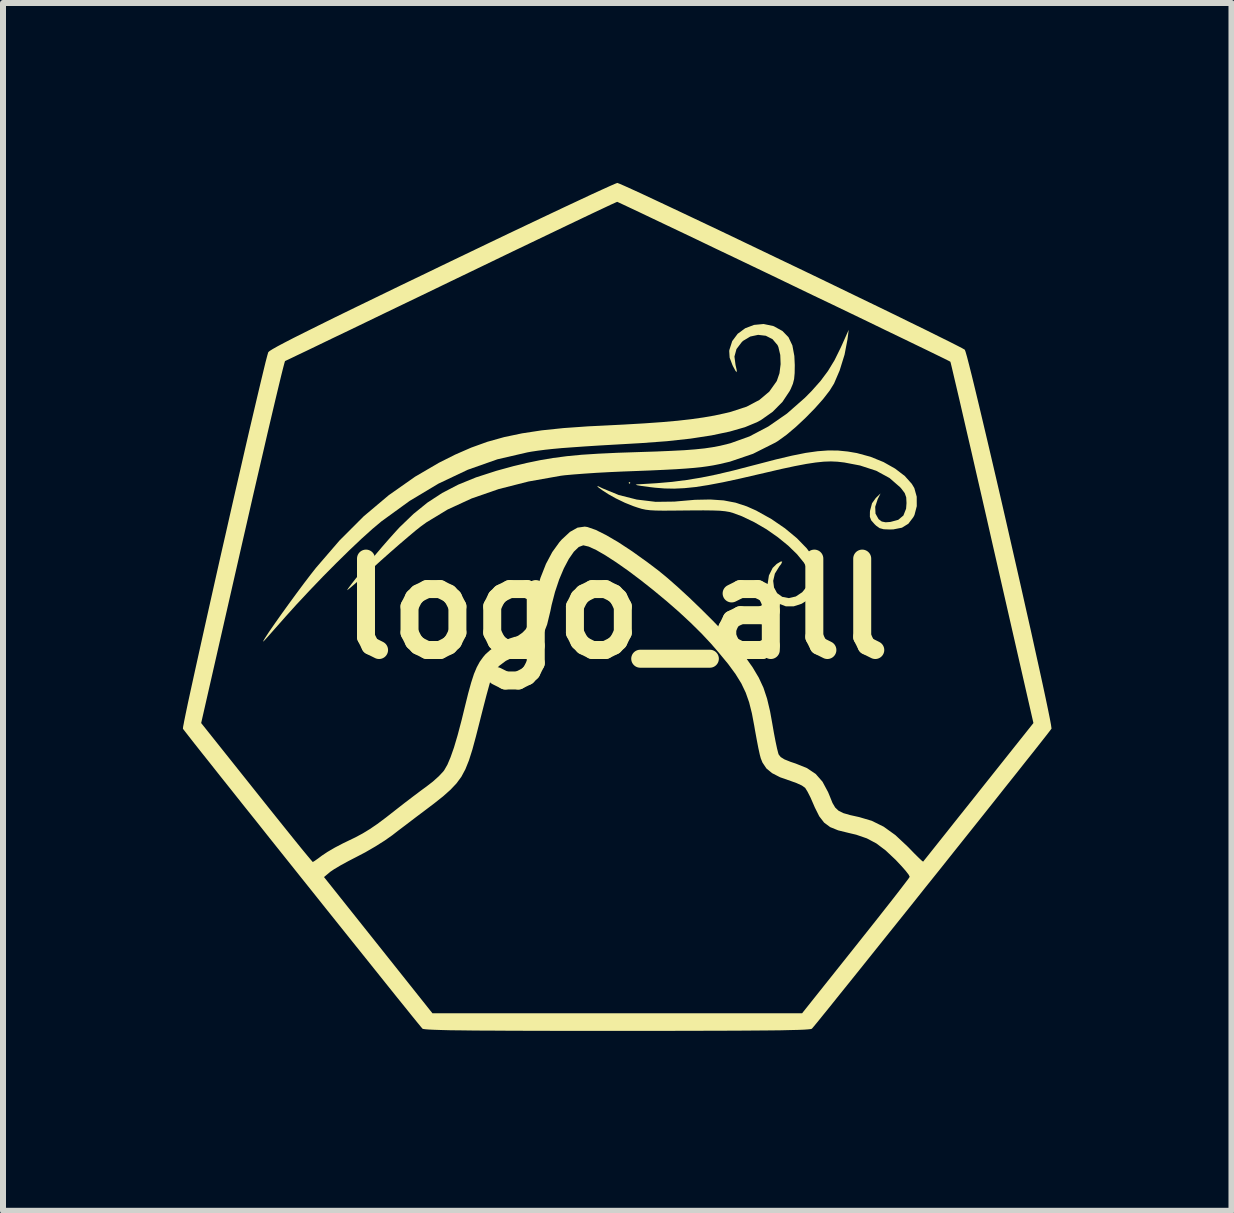
<source format=kicad_pcb>
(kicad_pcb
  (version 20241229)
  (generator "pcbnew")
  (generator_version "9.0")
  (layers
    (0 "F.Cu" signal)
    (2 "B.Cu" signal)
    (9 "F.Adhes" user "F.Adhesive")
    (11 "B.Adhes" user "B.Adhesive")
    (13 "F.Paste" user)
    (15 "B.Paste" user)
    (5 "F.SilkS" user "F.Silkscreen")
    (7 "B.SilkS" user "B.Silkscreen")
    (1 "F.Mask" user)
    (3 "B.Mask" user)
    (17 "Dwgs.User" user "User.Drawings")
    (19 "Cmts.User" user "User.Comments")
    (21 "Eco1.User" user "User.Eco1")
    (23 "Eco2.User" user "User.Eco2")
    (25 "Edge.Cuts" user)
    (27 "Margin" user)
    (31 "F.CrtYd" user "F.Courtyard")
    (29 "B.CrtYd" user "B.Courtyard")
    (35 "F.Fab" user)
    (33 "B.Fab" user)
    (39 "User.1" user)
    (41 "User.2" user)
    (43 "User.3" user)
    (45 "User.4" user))
  (footprint "logo_all"
    (layer "F.Cu")
    (at 7.225 7.098)
    (property "Reference" "logo_all" (at 0 0 0) (layer "F.SilkS") (effects (font (size 1.524 1.524) (thickness 0.3))))
    (attr board_only exclude_from_pos_files exclude_from_bom)
    (fp_poly (pts (xy 0.235 -2.097) (xy 0.22 -2.082) (xy 0.205 -2.097) (xy 0.22 -2.112)) (stroke (width 0) (type solid)) (fill yes) (layer "F.SilkS"))
    (fp_poly (pts (xy -0.297 -2.039) (xy -0.229 -2.006) (xy 0.041 -1.895) (xy 0.342 -1.819) (xy 0.657 -1.781) (xy 0.969 -1.785) (xy 1.012 -1.789) (xy 1.312 -1.815) (xy 1.568 -1.82) (xy 1.79 -1.805) (xy 1.989 -1.767) (xy 2.177 -1.705) (xy 2.332 -1.636) (xy 2.585 -1.495) (xy 2.813 -1.339) (xy 3.012 -1.174) (xy 3.175 -1.006) (xy 3.298 -0.839) (xy 3.375 -0.679) (xy 3.402 -0.534) (xy 3.378 -0.392) (xy 3.311 -0.265) (xy 3.212 -0.159) (xy 3.091 -0.082) (xy 2.959 -0.039) (xy 2.827 -0.039) (xy 2.709 -0.084) (xy 2.597 -0.177) (xy 2.537 -0.287) (xy 2.522 -0.404) (xy 2.545 -0.554) (xy 2.607 -0.679) (xy 2.675 -0.746) (xy 2.742 -0.786) (xy 2.767 -0.785) (xy 2.749 -0.744) (xy 2.717 -0.703) (xy 2.644 -0.584) (xy 2.616 -0.464) (xy 2.63 -0.352) (xy 2.681 -0.259) (xy 2.767 -0.197) (xy 2.876 -0.176) (xy 2.993 -0.203) (xy 3.1 -0.274) (xy 3.182 -0.375) (xy 3.224 -0.491) (xy 3.226 -0.528) (xy 3.2 -0.64) (xy 3.127 -0.769) (xy 3.014 -0.907) (xy 2.867 -1.05) (xy 2.695 -1.19) (xy 2.505 -1.323) (xy 2.302 -1.441) (xy 2.096 -1.54) (xy 1.947 -1.595) (xy 1.887 -1.612) (xy 1.817 -1.624) (xy 1.727 -1.633) (xy 1.61 -1.637) (xy 1.456 -1.639) (xy 1.257 -1.638) (xy 1.155 -1.637) (xy 0.945 -1.635) (xy 0.783 -1.634) (xy 0.66 -1.636) (xy 0.566 -1.641) (xy 0.491 -1.65) (xy 0.425 -1.664) (xy 0.359 -1.684) (xy 0.285 -1.709) (xy 0.143 -1.766) (xy -0.008 -1.839) (xy -0.133 -1.909) (xy -0.236 -1.976) (xy -0.299 -2.022) (xy -0.32 -2.044)) (stroke (width 0) (type solid)) (fill yes) (layer "F.SilkS"))
    (fp_poly (pts (xy 3.699 -2.636) (xy 3.86 -2.62) (xy 4.012 -2.594) (xy 4.24 -2.532) (xy 4.456 -2.444) (xy 4.649 -2.335) (xy 4.81 -2.212) (xy 4.927 -2.081) (xy 4.969 -2.011) (xy 5.009 -1.867) (xy 5.01 -1.709) (xy 4.972 -1.562) (xy 4.954 -1.527) (xy 4.87 -1.416) (xy 4.763 -1.35) (xy 4.621 -1.322) (xy 4.561 -1.32) (xy 4.459 -1.324) (xy 4.391 -1.342) (xy 4.334 -1.382) (xy 4.306 -1.409) (xy 4.25 -1.473) (xy 4.228 -1.531) (xy 4.229 -1.612) (xy 4.231 -1.633) (xy 4.264 -1.757) (xy 4.326 -1.844) (xy 4.406 -1.921) (xy 4.359 -1.827) (xy 4.317 -1.699) (xy 4.322 -1.584) (xy 4.373 -1.493) (xy 4.374 -1.492) (xy 4.426 -1.453) (xy 4.49 -1.44) (xy 4.571 -1.446) (xy 4.701 -1.481) (xy 4.787 -1.553) (xy 4.832 -1.667) (xy 4.839 -1.761) (xy 4.834 -1.856) (xy 4.809 -1.927) (xy 4.753 -2.001) (xy 4.732 -2.025) (xy 4.556 -2.178) (xy 4.334 -2.299) (xy 4.064 -2.387) (xy 3.802 -2.437) (xy 3.69 -2.45) (xy 3.579 -2.455) (xy 3.46 -2.451) (xy 3.325 -2.437) (xy 3.167 -2.413) (xy 2.978 -2.377) (xy 2.749 -2.328) (xy 2.475 -2.264) (xy 2.392 -2.245) (xy 2.06 -2.168) (xy 1.777 -2.107) (xy 1.534 -2.061) (xy 1.323 -2.028) (xy 1.136 -2.009) (xy 0.966 -2.001) (xy 0.805 -2.004) (xy 0.644 -2.017) (xy 0.552 -2.028) (xy 0.424 -2.045) (xy 0.349 -2.058) (xy 0.324 -2.066) (xy 0.344 -2.072) (xy 0.396 -2.075) (xy 0.676 -2.092) (xy 0.93 -2.114) (xy 1.172 -2.145) (xy 1.415 -2.185) (xy 1.671 -2.237) (xy 1.955 -2.304) (xy 2.278 -2.388) (xy 2.348 -2.406) (xy 2.662 -2.488) (xy 2.929 -2.551) (xy 3.158 -2.597) (xy 3.357 -2.625) (xy 3.535 -2.638)) (stroke (width 0) (type solid)) (fill yes) (layer "F.SilkS"))
    (fp_poly (pts (xy 3.855 -4.49) (xy 3.806 -4.235) (xy 3.724 -3.971) (xy 3.631 -3.754) (xy 3.558 -3.636) (xy 3.448 -3.494) (xy 3.31 -3.339) (xy 3.156 -3.182) (xy 2.996 -3.032) (xy 2.84 -2.9) (xy 2.698 -2.797) (xy 2.654 -2.77) (xy 2.28 -2.582) (xy 1.895 -2.451) (xy 1.715 -2.409) (xy 1.615 -2.389) (xy 1.516 -2.373) (xy 1.413 -2.359) (xy 1.296 -2.347) (xy 1.16 -2.336) (xy 0.997 -2.325) (xy 0.801 -2.315) (xy 0.563 -2.304) (xy 0.277 -2.293) (xy 0.117 -2.287) (xy -0.106 -2.277) (xy -0.328 -2.265) (xy -0.536 -2.251) (xy -0.718 -2.237) (xy -0.861 -2.224) (xy -0.924 -2.216) (xy -1.464 -2.12) (xy -1.96 -1.994) (xy -2.41 -1.838) (xy -2.812 -1.653) (xy -3.165 -1.439) (xy -3.26 -1.37) (xy -3.347 -1.301) (xy -3.466 -1.201) (xy -3.609 -1.079) (xy -3.766 -0.942) (xy -3.926 -0.8) (xy -3.982 -0.749) (xy -4.124 -0.621) (xy -4.252 -0.507) (xy -4.357 -0.415) (xy -4.435 -0.348) (xy -4.48 -0.312) (xy -4.488 -0.308) (xy -4.469 -0.339) (xy -4.419 -0.406) (xy -4.343 -0.503) (xy -4.247 -0.621) (xy -4.138 -0.752) (xy -4.023 -0.89) (xy -3.908 -1.026) (xy -3.798 -1.152) (xy -3.701 -1.261) (xy -3.623 -1.346) (xy -3.611 -1.359) (xy -3.381 -1.58) (xy -3.149 -1.768) (xy -2.904 -1.928) (xy -2.637 -2.067) (xy -2.338 -2.189) (xy -1.997 -2.299) (xy -1.716 -2.376) (xy -1.49 -2.43) (xy -1.273 -2.475) (xy -1.055 -2.512) (xy -0.827 -2.542) (xy -0.578 -2.566) (xy -0.298 -2.584) (xy 0.021 -2.599) (xy 0.352 -2.61) (xy 0.661 -2.62) (xy 0.919 -2.631) (xy 1.135 -2.642) (xy 1.316 -2.656) (xy 1.471 -2.672) (xy 1.607 -2.692) (xy 1.733 -2.716) (xy 1.856 -2.746) (xy 1.906 -2.759) (xy 2.221 -2.872) (xy 2.536 -3.038) (xy 2.846 -3.253) (xy 3.143 -3.514) (xy 3.256 -3.628) (xy 3.406 -3.797) (xy 3.529 -3.962) (xy 3.638 -4.141) (xy 3.743 -4.354) (xy 3.772 -4.418) (xy 3.875 -4.649)) (stroke (width 0) (type solid)) (fill yes) (layer "F.SilkS"))
    (fp_poly (pts (xy 2.615 -4.713) (xy 2.632 -4.706) (xy 2.771 -4.629) (xy 2.871 -4.526) (xy 2.936 -4.389) (xy 2.969 -4.212) (xy 2.976 -4.062) (xy 2.974 -3.927) (xy 2.965 -3.83) (xy 2.945 -3.75) (xy 2.91 -3.666) (xy 2.89 -3.627) (xy 2.771 -3.448) (xy 2.607 -3.282) (xy 2.411 -3.144) (xy 2.344 -3.108) (xy 2.146 -3.026) (xy 1.893 -2.953) (xy 1.589 -2.889) (xy 1.238 -2.835) (xy 0.844 -2.792) (xy 0.41 -2.76) (xy 0.375 -2.758) (xy 0.026 -2.738) (xy -0.271 -2.721) (xy -0.522 -2.705) (xy -0.733 -2.69) (xy -0.91 -2.677) (xy -1.061 -2.663) (xy -1.191 -2.649) (xy -1.307 -2.634) (xy -1.414 -2.618) (xy -1.481 -2.606) (xy -1.982 -2.49) (xy -2.476 -2.316) (xy -2.964 -2.085) (xy -3.446 -1.796) (xy -3.916 -1.455) (xy -4.065 -1.33) (xy -4.245 -1.168) (xy -4.448 -0.976) (xy -4.665 -0.763) (xy -4.89 -0.536) (xy -5.115 -0.301) (xy -5.332 -0.069) (xy -5.513 0.132) (xy -5.649 0.286) (xy -5.75 0.4) (xy -5.82 0.479) (xy -5.864 0.527) (xy -5.886 0.548) (xy -5.889 0.546) (xy -5.878 0.526) (xy -5.858 0.492) (xy -5.853 0.484) (xy -5.789 0.386) (xy -5.697 0.253) (xy -5.585 0.094) (xy -5.461 -0.078) (xy -5.333 -0.253) (xy -5.208 -0.421) (xy -5.095 -0.569) (xy -5.007 -0.681) (xy -4.614 -1.137) (xy -4.211 -1.54) (xy -3.793 -1.892) (xy -3.355 -2.2) (xy -2.958 -2.432) (xy -2.685 -2.569) (xy -2.419 -2.685) (xy -2.15 -2.782) (xy -1.871 -2.86) (xy -1.571 -2.923) (xy -1.243 -2.973) (xy -0.878 -3.011) (xy -0.467 -3.04) (xy -0.279 -3.049) (xy 0.117 -3.069) (xy 0.461 -3.089) (xy 0.76 -3.11) (xy 1.02 -3.133) (xy 1.249 -3.159) (xy 1.453 -3.188) (xy 1.638 -3.22) (xy 1.812 -3.258) (xy 1.911 -3.282) (xy 2.174 -3.368) (xy 2.386 -3.48) (xy 2.551 -3.619) (xy 2.671 -3.788) (xy 2.677 -3.798) (xy 2.721 -3.925) (xy 2.74 -4.077) (xy 2.734 -4.23) (xy 2.703 -4.361) (xy 2.688 -4.395) (xy 2.605 -4.493) (xy 2.493 -4.55) (xy 2.365 -4.565) (xy 2.234 -4.537) (xy 2.114 -4.465) (xy 2.092 -4.444) (xy 2.004 -4.328) (xy 1.97 -4.203) (xy 1.988 -4.064) (xy 2.008 -3.976) (xy 2.008 -3.942) (xy 1.988 -3.964) (xy 1.947 -4.04) (xy 1.936 -4.063) (xy 1.89 -4.185) (xy 1.883 -4.296) (xy 1.886 -4.315) (xy 1.933 -4.461) (xy 2.024 -4.583) (xy 2.149 -4.675) (xy 2.297 -4.731) (xy 2.456 -4.746)) (stroke (width 0) (type solid)) (fill yes) (layer "F.SilkS"))
    (fp_poly (pts (xy 0.053 -7.085) (xy 0.136 -7.049) (xy 0.264 -6.991) (xy 0.432 -6.914) (xy 0.635 -6.819) (xy 0.871 -6.708) (xy 1.134 -6.584) (xy 1.421 -6.448) (xy 1.727 -6.303) (xy 2.047 -6.15) (xy 2.379 -5.991) (xy 2.717 -5.829) (xy 3.058 -5.666) (xy 3.397 -5.503) (xy 3.73 -5.342) (xy 4.052 -5.186) (xy 4.361 -5.037) (xy 4.651 -4.896) (xy 4.918 -4.765) (xy 5.158 -4.648) (xy 5.367 -4.544) (xy 5.541 -4.458) (xy 5.675 -4.39) (xy 5.766 -4.343) (xy 5.809 -4.318) (xy 5.811 -4.316) (xy 5.824 -4.281) (xy 5.849 -4.194) (xy 5.884 -4.058) (xy 5.929 -3.879) (xy 5.982 -3.661) (xy 6.043 -3.408) (xy 6.11 -3.126) (xy 6.183 -2.817) (xy 6.26 -2.488) (xy 6.341 -2.141) (xy 6.424 -1.783) (xy 6.508 -1.417) (xy 6.592 -1.048) (xy 6.676 -0.68) (xy 6.758 -0.318) (xy 6.837 0.034) (xy 6.913 0.37) (xy 6.983 0.688) (xy 7.048 0.982) (xy 7.106 1.247) (xy 7.156 1.48) (xy 7.197 1.676) (xy 7.228 1.829) (xy 7.248 1.937) (xy 7.256 1.994) (xy 7.256 2.001) (xy 7.232 2.033) (xy 7.175 2.107) (xy 7.087 2.219) (xy 6.972 2.365) (xy 6.831 2.542) (xy 6.669 2.747) (xy 6.487 2.975) (xy 6.29 3.224) (xy 6.079 3.489) (xy 5.858 3.766) (xy 5.629 4.053) (xy 5.396 4.346) (xy 5.16 4.64) (xy 4.927 4.933) (xy 4.697 5.22) (xy 4.474 5.498) (xy 4.261 5.764) (xy 4.061 6.014) (xy 3.877 6.243) (xy 3.711 6.449) (xy 3.567 6.629) (xy 3.447 6.777) (xy 3.355 6.891) (xy 3.292 6.967) (xy 3.263 7.001) (xy 3.262 7.003) (xy 3.243 7.009) (xy 3.2 7.014) (xy 3.13 7.019) (xy 3.031 7.023) (xy 2.899 7.026) (xy 2.733 7.03) (xy 2.529 7.032) (xy 2.285 7.034) (xy 1.998 7.036) (xy 1.664 7.037) (xy 1.282 7.038) (xy 0.849 7.039) (xy 0.362 7.039) (xy 0.015 7.039) (xy -0.509 7.039) (xy -0.977 7.039) (xy -1.392 7.038) (xy -1.757 7.037) (xy -2.074 7.035) (xy -2.346 7.034) (xy -2.575 7.031) (xy -2.766 7.029) (xy -2.919 7.025) (xy -3.039 7.021) (xy -3.127 7.017) (xy -3.187 7.012) (xy -3.221 7.007) (xy -3.231 7.003) (xy -3.254 6.976) (xy -3.31 6.908) (xy -3.397 6.801) (xy -3.512 6.658) (xy -3.652 6.485) (xy -3.813 6.284) (xy -3.994 6.058) (xy -4.191 5.812) (xy -4.402 5.549) (xy -4.623 5.273) (xy -4.852 4.987) (xy -5.085 4.695) (xy -5.261 4.475) (xy -4.873 4.475) (xy -3.969 5.61) (xy -3.065 6.746) (xy 3.098 6.746) (xy 3.991 5.625) (xy 4.168 5.402) (xy 4.334 5.193) (xy 4.485 5.001) (xy 4.618 4.832) (xy 4.728 4.69) (xy 4.813 4.579) (xy 4.869 4.505) (xy 4.892 4.471) (xy 4.892 4.471) (xy 4.876 4.437) (xy 4.826 4.372) (xy 4.75 4.286) (xy 4.658 4.188) (xy 4.49 4.03) (xy 4.336 3.914) (xy 4.178 3.83) (xy 4.001 3.769) (xy 3.878 3.74) (xy 3.699 3.696) (xy 3.566 3.642) (xy 3.465 3.567) (xy 3.384 3.462) (xy 3.31 3.314) (xy 3.285 3.256) (xy 3.237 3.146) (xy 3.189 3.052) (xy 3.152 2.992) (xy 3.147 2.986) (xy 3.095 2.949) (xy 3.006 2.908) (xy 2.914 2.875) (xy 2.731 2.811) (xy 2.597 2.742) (xy 2.502 2.663) (xy 2.437 2.565) (xy 2.409 2.495) (xy 2.392 2.431) (xy 2.368 2.321) (xy 2.341 2.181) (xy 2.312 2.022) (xy 2.301 1.957) (xy 2.261 1.745) (xy 2.215 1.562) (xy 2.158 1.4) (xy 2.084 1.245) (xy 1.988 1.09) (xy 1.864 0.921) (xy 1.707 0.731) (xy 1.581 0.585) (xy 1.423 0.416) (xy 1.243 0.238) (xy 1.045 0.054) (xy 0.835 -0.129) (xy 0.619 -0.308) (xy 0.404 -0.478) (xy 0.195 -0.635) (xy -0.002 -0.773) (xy -0.181 -0.889) (xy -0.335 -0.978) (xy -0.46 -1.035) (xy -0.549 -1.056) (xy -0.551 -1.056) (xy -0.626 -1.028) (xy -0.707 -0.95) (xy -0.791 -0.829) (xy -0.874 -0.672) (xy -0.952 -0.487) (xy -1.021 -0.281) (xy -1.078 -0.062) (xy -1.099 0.041) (xy -1.153 0.264) (xy -1.223 0.445) (xy -1.306 0.578) (xy -1.37 0.639) (xy -1.436 0.678) (xy -1.537 0.728) (xy -1.654 0.78) (xy -1.68 0.791) (xy -1.841 0.87) (xy -1.956 0.956) (xy -2.038 1.062) (xy -2.084 1.159) (xy -2.101 1.213) (xy -2.129 1.314) (xy -2.167 1.453) (xy -2.21 1.619) (xy -2.257 1.803) (xy -2.273 1.867) (xy -2.341 2.134) (xy -2.4 2.352) (xy -2.457 2.531) (xy -2.516 2.678) (xy -2.583 2.803) (xy -2.664 2.913) (xy -2.763 3.018) (xy -2.885 3.127) (xy -3.036 3.247) (xy -3.192 3.365) (xy -3.337 3.474) (xy -3.493 3.593) (xy -3.64 3.704) (xy -3.735 3.778) (xy -3.86 3.866) (xy -4.017 3.965) (xy -4.186 4.063) (xy -4.326 4.136) (xy -4.467 4.209) (xy -4.597 4.28) (xy -4.703 4.343) (xy -4.771 4.389) (xy -4.775 4.393) (xy -4.873 4.475) (xy -5.261 4.475) (xy -5.32 4.401) (xy -5.554 4.108) (xy -5.784 3.82) (xy -6.006 3.54) (xy -6.22 3.273) (xy -6.42 3.021) (xy -6.605 2.789) (xy -6.771 2.579) (xy -6.916 2.397) (xy -7.037 2.244) (xy -7.13 2.125) (xy -7.193 2.044) (xy -7.224 2.004) (xy -7.225 2.002) (xy -7.222 1.969) (xy -7.21 1.907) (xy -6.921 1.907) (xy -5.998 3.065) (xy -5.818 3.291) (xy -5.649 3.502) (xy -5.494 3.695) (xy -5.358 3.864) (xy -5.243 4.006) (xy -5.153 4.115) (xy -5.091 4.189) (xy -5.062 4.222) (xy -5.06 4.224) (xy -5.031 4.207) (xy -4.97 4.164) (xy -4.906 4.116) (xy -4.816 4.056) (xy -4.693 3.984) (xy -4.557 3.913) (xy -4.493 3.882) (xy -4.35 3.813) (xy -4.227 3.747) (xy -4.109 3.675) (xy -3.984 3.59) (xy -3.841 3.483) (xy -3.666 3.346) (xy -3.529 3.239) (xy -3.382 3.127) (xy -3.245 3.024) (xy -3.168 2.968) (xy -3.058 2.883) (xy -2.958 2.793) (xy -2.885 2.715) (xy -2.869 2.694) (xy -2.816 2.602) (xy -2.763 2.477) (xy -2.706 2.315) (xy -2.645 2.109) (xy -2.578 1.855) (xy -2.526 1.642) (xy -2.469 1.412) (xy -2.419 1.231) (xy -2.373 1.089) (xy -2.326 0.977) (xy -2.276 0.885) (xy -2.219 0.806) (xy -2.18 0.76) (xy -2.105 0.693) (xy -2.003 0.62) (xy -1.891 0.553) (xy -1.786 0.5) (xy -1.703 0.472) (xy -1.681 0.469) (xy -1.638 0.452) (xy -1.575 0.408) (xy -1.559 0.395) (xy -1.509 0.343) (xy -1.473 0.278) (xy -1.443 0.182) (xy -1.423 0.094) (xy -1.347 -0.235) (xy -1.264 -0.514) (xy -1.172 -0.747) (xy -1.067 -0.944) (xy -0.947 -1.11) (xy -0.908 -1.154) (xy -0.772 -1.28) (xy -0.646 -1.351) (xy -0.525 -1.368) (xy -0.48 -1.361) (xy -0.342 -1.313) (xy -0.168 -1.226) (xy 0.037 -1.106) (xy 0.268 -0.954) (xy 0.519 -0.774) (xy 0.703 -0.635) (xy 0.855 -0.51) (xy 1.03 -0.356) (xy 1.219 -0.182) (xy 1.413 0.005) (xy 1.605 0.196) (xy 1.784 0.381) (xy 1.942 0.552) (xy 2.071 0.701) (xy 2.142 0.792) (xy 2.275 0.981) (xy 2.376 1.151) (xy 2.454 1.319) (xy 2.514 1.5) (xy 2.564 1.711) (xy 2.6 1.91) (xy 2.628 2.071) (xy 2.656 2.217) (xy 2.681 2.334) (xy 2.701 2.412) (xy 2.708 2.432) (xy 2.741 2.474) (xy 2.804 2.513) (xy 2.906 2.554) (xy 2.99 2.582) (xy 3.179 2.658) (xy 3.325 2.756) (xy 3.438 2.885) (xy 3.531 3.058) (xy 3.562 3.133) (xy 3.605 3.24) (xy 3.65 3.316) (xy 3.706 3.369) (xy 3.786 3.409) (xy 3.901 3.442) (xy 4.05 3.475) (xy 4.26 3.537) (xy 4.458 3.635) (xy 4.653 3.775) (xy 4.855 3.964) (xy 4.874 3.983) (xy 4.967 4.079) (xy 5.044 4.155) (xy 5.096 4.204) (xy 5.116 4.218) (xy 5.135 4.194) (xy 5.187 4.129) (xy 5.269 4.026) (xy 5.377 3.89) (xy 5.507 3.727) (xy 5.656 3.539) (xy 5.822 3.331) (xy 5.999 3.109) (xy 6.039 3.058) (xy 6.955 1.907) (xy 6.268 -1.1) (xy 6.175 -1.51) (xy 6.085 -1.903) (xy 5.999 -2.276) (xy 5.919 -2.626) (xy 5.844 -2.948) (xy 5.777 -3.239) (xy 5.718 -3.495) (xy 5.667 -3.712) (xy 5.626 -3.886) (xy 5.596 -4.014) (xy 5.577 -4.093) (xy 5.57 -4.117) (xy 5.54 -4.133) (xy 5.462 -4.172) (xy 5.339 -4.232) (xy 5.177 -4.311) (xy 4.978 -4.407) (xy 4.749 -4.518) (xy 4.491 -4.642) (xy 4.211 -4.778) (xy 3.912 -4.922) (xy 3.598 -5.073) (xy 3.273 -5.228) (xy 2.943 -5.387) (xy 2.611 -5.547) (xy 2.281 -5.705) (xy 1.957 -5.86) (xy 1.644 -6.009) (xy 1.347 -6.152) (xy 1.068 -6.285) (xy 0.813 -6.406) (xy 0.586 -6.514) (xy 0.391 -6.607) (xy 0.232 -6.682) (xy 0.113 -6.738) (xy 0.04 -6.772) (xy 0.015 -6.783) (xy -0.015 -6.77) (xy -0.094 -6.734) (xy -0.219 -6.675) (xy -0.387 -6.596) (xy -0.593 -6.498) (xy -0.834 -6.383) (xy -1.107 -6.252) (xy -1.408 -6.108) (xy -1.734 -5.952) (xy -2.08 -5.785) (xy -2.445 -5.609) (xy -2.757 -5.459) (xy -3.133 -5.277) (xy -3.495 -5.103) (xy -3.838 -4.938) (xy -4.159 -4.783) (xy -4.455 -4.64) (xy -4.723 -4.512) (xy -4.957 -4.399) (xy -5.156 -4.303) (xy -5.316 -4.227) (xy -5.432 -4.171) (xy -5.502 -4.138) (xy -5.523 -4.128) (xy -5.532 -4.099) (xy -5.554 -4.016) (xy -5.587 -3.884) (xy -5.63 -3.706) (xy -5.683 -3.485) (xy -5.744 -3.226) (xy -5.813 -2.933) (xy -5.888 -2.608) (xy -5.97 -2.256) (xy -6.057 -1.88) (xy -6.147 -1.485) (xy -6.234 -1.106) (xy -6.921 1.907) (xy -7.21 1.907) (xy -7.206 1.884) (xy -7.179 1.751) (xy -7.142 1.574) (xy -7.095 1.358) (xy -7.04 1.107) (xy -6.978 0.826) (xy -6.91 0.52) (xy -6.837 0.192) (xy -6.76 -0.152) (xy -6.68 -0.509) (xy -6.598 -0.874) (xy -6.514 -1.241) (xy -6.431 -1.608) (xy -6.349 -1.968) (xy -6.268 -2.319) (xy -6.191 -2.655) (xy -6.118 -2.971) (xy -6.049 -3.264) (xy -5.987 -3.528) (xy -5.932 -3.76) (xy -5.885 -3.955) (xy -5.848 -4.108) (xy -5.82 -4.215) (xy -5.804 -4.271) (xy -5.801 -4.277) (xy -5.78 -4.296) (xy -5.729 -4.328) (xy -5.646 -4.375) (xy -5.529 -4.437) (xy -5.376 -4.516) (xy -5.184 -4.612) (xy -4.953 -4.727) (xy -4.68 -4.862) (xy -4.362 -5.017) (xy -3.999 -5.193) (xy -3.587 -5.393) (xy -3.125 -5.615) (xy -2.904 -5.722) (xy -2.519 -5.907) (xy -2.148 -6.085) (xy -1.795 -6.254) (xy -1.462 -6.412) (xy -1.154 -6.558) (xy -0.875 -6.69) (xy -0.627 -6.806) (xy -0.414 -6.906) (xy -0.239 -6.986) (xy -0.107 -7.046) (xy -0.02 -7.084) (xy 0.017 -7.098) (xy 0.018 -7.098)) (stroke (width 0) (type solid)) (fill yes) (layer "F.SilkS")))
  (gr_rect
    (start -3 -3)
    (end 17.482 17.137)
    (stroke (width 0.1) (type default))
    (fill no)
    (layer "Edge.Cuts")))
</source>
